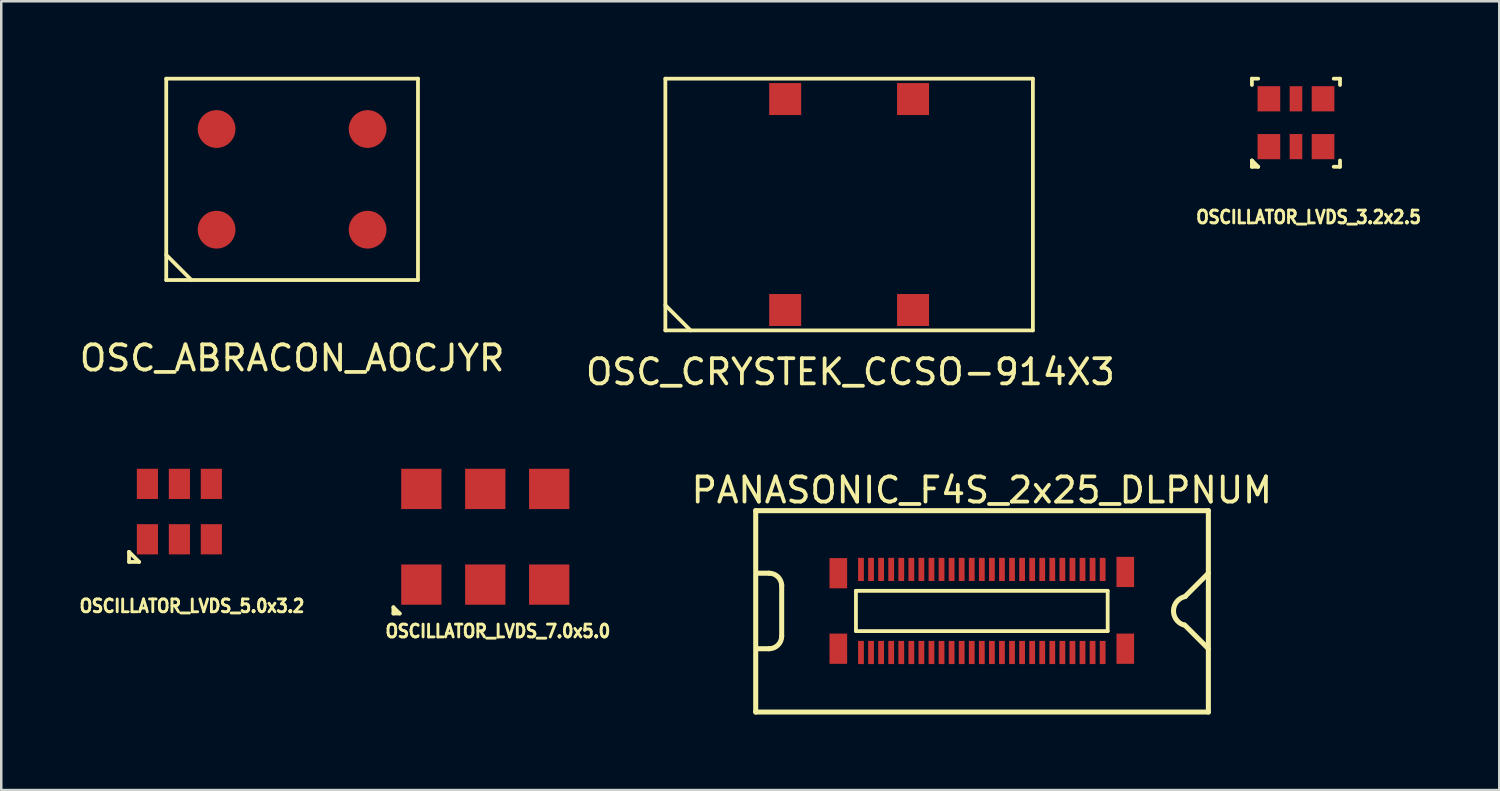
<source format=kicad_pcb>
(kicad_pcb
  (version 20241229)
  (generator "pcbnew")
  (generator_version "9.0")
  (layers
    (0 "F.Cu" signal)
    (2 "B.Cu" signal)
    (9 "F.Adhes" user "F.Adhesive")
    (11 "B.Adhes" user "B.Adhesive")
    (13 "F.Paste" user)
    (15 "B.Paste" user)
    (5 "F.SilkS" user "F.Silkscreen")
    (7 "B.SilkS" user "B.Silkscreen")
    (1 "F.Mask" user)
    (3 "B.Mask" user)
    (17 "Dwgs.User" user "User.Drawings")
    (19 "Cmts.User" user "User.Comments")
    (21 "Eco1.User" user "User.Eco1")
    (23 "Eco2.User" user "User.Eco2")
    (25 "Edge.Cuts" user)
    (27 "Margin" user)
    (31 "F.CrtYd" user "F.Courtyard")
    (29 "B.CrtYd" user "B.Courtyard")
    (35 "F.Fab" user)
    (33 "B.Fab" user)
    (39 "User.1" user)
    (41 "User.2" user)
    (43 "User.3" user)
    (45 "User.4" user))
  (footprint "OSCILLATOR_LVDS_7.0x5.0"
    (layer "F.Cu")
    (at 16.228 18.273)
    (property "Reference" "OSCILLATOR_LVDS_7.0x5.0" (at 0.5 3.75 0) (layer "F.SilkS") (effects (font (size 0.508 0.457) (thickness 0.114))))
    (attr through_hole)
    (fp_line (start -3.65 2.8) (end -3.4 3.05) (stroke (width 0.15) (type solid)) (layer "F.SilkS"))
    (fp_line (start -3.65 3.05) (end -3.65 2.8) (stroke (width 0.15) (type solid)) (layer "F.SilkS"))
    (fp_line (start -3.4 3.05) (end -3.65 3.05) (stroke (width 0.15) (type solid)) (layer "F.SilkS"))
    (pad "1" smd rect (at -2.54 1.9) (size 1.6 1.6) (layers "F.Cu" "F.Mask" "F.Paste"))
    (pad "2" smd rect (at 0 1.9) (size 1.6 1.6) (layers "F.Cu" "F.Mask" "F.Paste"))
    (pad "3" smd rect (at 2.54 1.9) (size 1.6 1.6) (layers "F.Cu" "F.Mask" "F.Paste"))
    (pad "4" smd rect (at 2.54 -1.9) (size 1.6 1.6) (layers "F.Cu" "F.Mask" "F.Paste"))
    (pad "5" smd rect (at 0 -1.9) (size 1.6 1.6) (layers "F.Cu" "F.Mask" "F.Paste"))
    (pad "6" smd rect (at -2.54 -1.9) (size 1.6 1.6) (layers "F.Cu" "F.Mask" "F.Paste")))
  (footprint "OSCILLATOR_LVDS_5.0x3.2"
    (layer "F.Cu")
    (at 4.076 17.273)
    (property "Reference" "OSCILLATOR_LVDS_5.0x3.2" (at 0.5 3.75 0) (layer "F.SilkS") (effects (font (size 0.508 0.457) (thickness 0.114))))
    (attr through_hole)
    (fp_line (start -2 1.6) (end -2 2) (stroke (width 0.15) (type solid)) (layer "F.SilkS"))
    (fp_line (start -2 2) (end -1.6 2) (stroke (width 0.15) (type solid)) (layer "F.SilkS"))
    (fp_line (start -1.6 2) (end -2 1.6) (stroke (width 0.15) (type solid)) (layer "F.SilkS"))
    (pad "1" smd rect (at -1.27 1.1) (size 0.84 1.2) (layers "F.Cu" "F.Mask" "F.Paste"))
    (pad "2" smd rect (at 0 1.1) (size 0.84 1.2) (layers "F.Cu" "F.Mask" "F.Paste"))
    (pad "3" smd rect (at 1.27 1.1) (size 0.84 1.2) (layers "F.Cu" "F.Mask" "F.Paste"))
    (pad "4" smd rect (at 1.27 -1.1) (size 0.84 1.2) (layers "F.Cu" "F.Mask" "F.Paste"))
    (pad "5" smd rect (at 0 -1.1) (size 0.84 1.2) (layers "F.Cu" "F.Mask" "F.Paste"))
    (pad "6" smd rect (at -1.27 -1.1) (size 0.84 1.2) (layers "F.Cu" "F.Mask" "F.Paste")))
  (footprint "OSC_CRYSTEK_CCSO-914X3"
    (layer "F.Cu")
    (at 30.682 5.075)
    (property "Reference" "OSC_CRYSTEK_CCSO-914X3" (at 0.05 6.65 0) (layer "F.SilkS") (effects (font (size 1 1) (thickness 0.15))))
    (attr through_hole)
    (fp_line (start -7.3 -5) (end 7.3 -5) (stroke (width 0.15) (type solid)) (layer "F.SilkS"))
    (fp_line (start -7.3 4) (end -6.3 5) (stroke (width 0.15) (type solid)) (layer "F.SilkS"))
    (fp_line (start -7.3 5) (end -7.3 -5) (stroke (width 0.15) (type solid)) (layer "F.SilkS"))
    (fp_line (start -7.3 5) (end 7.3 5) (stroke (width 0.15) (type solid)) (layer "F.SilkS"))
    (fp_line (start 7.3 5) (end 7.3 -5) (stroke (width 0.15) (type solid)) (layer "F.SilkS"))
    (pad "1" smd rect (at -2.54 4.19) (size 1.27 1.27) (layers "F.Cu" "F.Mask" "F.Paste"))
    (pad "2" smd rect (at 2.54 4.19) (size 1.27 1.27) (layers "F.Cu" "F.Mask" "F.Paste"))
    (pad "3" smd rect (at 2.54 -4.19) (size 1.27 1.27) (layers "F.Cu" "F.Mask" "F.Paste"))
    (pad "4" smd rect (at -2.54 -4.19) (size 1.27 1.27) (layers "F.Cu" "F.Mask" "F.Paste")))
  (footprint "PANASONIC_F4S_2x25_DLPNUM"
    (layer "F.Cu")
    (at 35.953 21.221)
    (property "Reference" "PANASONIC_F4S_2x25_DLPNUM" (at 0 -4.8 0) (layer "F.SilkS") (effects (font (size 1 1) (thickness 0.15))))
    (attr through_hole)
    (fp_line (start -8.982 -3.985) (end 9 -3.985) (stroke (width 0.2) (type solid)) (layer "F.SilkS"))
    (fp_line (start -8.982 4.015) (end -8.982 -3.985) (stroke (width 0.2) (type solid)) (layer "F.SilkS"))
    (fp_line (start -8.45 -1.5) (end -8.95 -1.5) (stroke (width 0.2) (type solid)) (layer "F.SilkS"))
    (fp_line (start -8.45 1.5) (end -8.95 1.5) (stroke (width 0.2) (type solid)) (layer "F.SilkS"))
    (fp_line (start -7.95 -1.05) (end -7.95 1) (stroke (width 0.2) (type solid)) (layer "F.SilkS"))
    (fp_line (start -5 -0.8) (end -5 0.8) (stroke (width 0.15) (type solid)) (layer "F.SilkS"))
    (fp_line (start -5 0.8) (end 5 0.8) (stroke (width 0.15) (type solid)) (layer "F.SilkS"))
    (fp_line (start 5 -0.8) (end -5 -0.8) (stroke (width 0.15) (type solid)) (layer "F.SilkS"))
    (fp_line (start 5 0.8) (end 5 -0.8) (stroke (width 0.15) (type solid)) (layer "F.SilkS"))
    (fp_line (start 8.05 0.55) (end 9 1.5) (stroke (width 0.2) (type solid)) (layer "F.SilkS"))
    (fp_line (start 9 -3.985) (end 9 4.015) (stroke (width 0.2) (type solid)) (layer "F.SilkS"))
    (fp_line (start 9 -1.5) (end 8.1 -0.6) (stroke (width 0.2) (type solid)) (layer "F.SilkS"))
    (fp_line (start 9 4.015) (end -8.982 4.015) (stroke (width 0.2) (type solid)) (layer "F.SilkS"))
    (fp_arc (start -8.45 -1.5) (mid -8.096447 -1.353553) (end -7.95 -1) (stroke (width 0.2) (type solid)) (layer "F.SilkS"))
    (fp_arc (start -7.95 1) (mid -8.096447 1.353553) (end -8.45 1.5) (stroke (width 0.2) (type solid)) (layer "F.SilkS"))
    (fp_arc (start 8 0.55) (mid 7.616441 -0.044253) (end 8.085226 -0.57387) (stroke (width 0.2) (type solid)) (layer "F.SilkS"))
    (pad "" smd rect (at -5.7 -1.5) (size 0.7 1.2) (layers "F.Cu" "F.Mask" "F.Paste"))
    (pad "" smd rect (at -5.7 1.5) (size 0.7 1.2) (layers "F.Cu" "F.Mask" "F.Paste"))
    (pad "" smd rect (at 5.7 -1.55) (size 0.7 1.2) (layers "F.Cu" "F.Mask" "F.Paste"))
    (pad "" smd rect (at 5.7 1.5) (size 0.7 1.2) (layers "F.Cu" "F.Mask" "F.Paste"))
    (pad "D1" smd rect (at -4.8 1.65) (size 0.23 0.92) (layers "F.Cu" "F.Mask" "F.Paste"))
    (pad "D2" smd rect (at -4.4 1.65) (size 0.23 0.92) (layers "F.Cu" "F.Mask" "F.Paste"))
    (pad "D3" smd rect (at -4 1.65) (size 0.23 0.92) (layers "F.Cu" "F.Mask" "F.Paste"))
    (pad "D4" smd rect (at -3.6 1.65) (size 0.23 0.92) (layers "F.Cu" "F.Mask" "F.Paste"))
    (pad "D5" smd rect (at -3.2 1.65) (size 0.23 0.92) (layers "F.Cu" "F.Mask" "F.Paste"))
    (pad "D6" smd rect (at -2.8 1.65) (size 0.23 0.92) (layers "F.Cu" "F.Mask" "F.Paste"))
    (pad "D7" smd rect (at -2.4 1.65) (size 0.23 0.92) (layers "F.Cu" "F.Mask" "F.Paste"))
    (pad "D8" smd rect (at -2 1.65) (size 0.23 0.92) (layers "F.Cu" "F.Mask" "F.Paste"))
    (pad "D9" smd rect (at -1.6 1.65) (size 0.23 0.92) (layers "F.Cu" "F.Mask" "F.Paste"))
    (pad "D10" smd rect (at -1.2 1.65) (size 0.23 0.92) (layers "F.Cu" "F.Mask" "F.Paste"))
    (pad "D11" smd rect (at -0.8 1.65) (size 0.23 0.92) (layers "F.Cu" "F.Mask" "F.Paste"))
    (pad "D12" smd rect (at -0.4 1.65) (size 0.23 0.92) (layers "F.Cu" "F.Mask" "F.Paste"))
    (pad "D13" smd rect (at 0 1.65) (size 0.23 0.92) (layers "F.Cu" "F.Mask" "F.Paste"))
    (pad "D14" smd rect (at 0.4 1.65) (size 0.23 0.92) (layers "F.Cu" "F.Mask" "F.Paste"))
    (pad "D15" smd rect (at 0.8 1.65) (size 0.23 0.92) (layers "F.Cu" "F.Mask" "F.Paste"))
    (pad "D16" smd rect (at 1.2 1.65) (size 0.23 0.92) (layers "F.Cu" "F.Mask" "F.Paste"))
    (pad "D17" smd rect (at 1.6 1.65) (size 0.23 0.92) (layers "F.Cu" "F.Mask" "F.Paste"))
    (pad "D18" smd rect (at 2 1.65) (size 0.23 0.92) (layers "F.Cu" "F.Mask" "F.Paste"))
    (pad "D19" smd rect (at 2.4 1.65) (size 0.23 0.92) (layers "F.Cu" "F.Mask" "F.Paste"))
    (pad "D20" smd rect (at 2.8 1.65) (size 0.23 0.92) (layers "F.Cu" "F.Mask" "F.Paste"))
    (pad "D21" smd rect (at 3.2 1.65) (size 0.23 0.92) (layers "F.Cu" "F.Mask" "F.Paste"))
    (pad "D22" smd rect (at 3.6 1.65) (size 0.23 0.92) (layers "F.Cu" "F.Mask" "F.Paste"))
    (pad "D23" smd rect (at 4 1.65) (size 0.23 0.92) (layers "F.Cu" "F.Mask" "F.Paste"))
    (pad "D24" smd rect (at 4.4 1.65) (size 0.23 0.92) (layers "F.Cu" "F.Mask" "F.Paste"))
    (pad "D25" smd rect (at 4.8 1.65) (size 0.23 0.92) (layers "F.Cu" "F.Mask" "F.Paste"))
    (pad "E1" smd rect (at -4.8 -1.65) (size 0.23 0.92) (layers "F.Cu" "F.Mask" "F.Paste"))
    (pad "E2" smd rect (at -4.4 -1.65) (size 0.23 0.92) (layers "F.Cu" "F.Mask" "F.Paste"))
    (pad "E3" smd rect (at -4 -1.65) (size 0.23 0.92) (layers "F.Cu" "F.Mask" "F.Paste"))
    (pad "E4" smd rect (at -3.6 -1.65) (size 0.23 0.92) (layers "F.Cu" "F.Mask" "F.Paste"))
    (pad "E5" smd rect (at -3.2 -1.65) (size 0.23 0.92) (layers "F.Cu" "F.Mask" "F.Paste"))
    (pad "E6" smd rect (at -2.8 -1.65) (size 0.23 0.92) (layers "F.Cu" "F.Mask" "F.Paste"))
    (pad "E7" smd rect (at -2.4 -1.65) (size 0.23 0.92) (layers "F.Cu" "F.Mask" "F.Paste"))
    (pad "E8" smd rect (at -2 -1.65) (size 0.23 0.92) (layers "F.Cu" "F.Mask" "F.Paste"))
    (pad "E9" smd rect (at -1.6 -1.65) (size 0.23 0.92) (layers "F.Cu" "F.Mask" "F.Paste"))
    (pad "E10" smd rect (at -1.2 -1.65) (size 0.23 0.92) (layers "F.Cu" "F.Mask" "F.Paste"))
    (pad "E11" smd rect (at -0.8 -1.65) (size 0.23 0.92) (layers "F.Cu" "F.Mask" "F.Paste"))
    (pad "E12" smd rect (at -0.4 -1.65) (size 0.23 0.92) (layers "F.Cu" "F.Mask" "F.Paste"))
    (pad "E13" smd rect (at 0 -1.65) (size 0.23 0.92) (layers "F.Cu" "F.Mask" "F.Paste"))
    (pad "E14" smd rect (at 0.4 -1.65) (size 0.23 0.92) (layers "F.Cu" "F.Mask" "F.Paste"))
    (pad "E15" smd rect (at 0.8 -1.65) (size 0.23 0.92) (layers "F.Cu" "F.Mask" "F.Paste"))
    (pad "E16" smd rect (at 1.2 -1.65) (size 0.23 0.92) (layers "F.Cu" "F.Mask" "F.Paste"))
    (pad "E17" smd rect (at 1.6 -1.65) (size 0.23 0.92) (layers "F.Cu" "F.Mask" "F.Paste"))
    (pad "E18" smd rect (at 2 -1.65) (size 0.23 0.92) (layers "F.Cu" "F.Mask" "F.Paste"))
    (pad "E19" smd rect (at 2.4 -1.65) (size 0.23 0.92) (layers "F.Cu" "F.Mask" "F.Paste"))
    (pad "E20" smd rect (at 2.8 -1.65) (size 0.23 0.92) (layers "F.Cu" "F.Mask" "F.Paste"))
    (pad "E21" smd rect (at 3.2 -1.65) (size 0.23 0.92) (layers "F.Cu" "F.Mask" "F.Paste"))
    (pad "E22" smd rect (at 3.6 -1.65) (size 0.23 0.92) (layers "F.Cu" "F.Mask" "F.Paste"))
    (pad "E23" smd rect (at 4 -1.65) (size 0.23 0.92) (layers "F.Cu" "F.Mask" "F.Paste"))
    (pad "E24" smd rect (at 4.4 -1.65) (size 0.23 0.92) (layers "F.Cu" "F.Mask" "F.Paste"))
    (pad "E25" smd rect (at 4.8 -1.65) (size 0.23 0.92) (layers "F.Cu" "F.Mask" "F.Paste")))
  (footprint "OSCILLATOR_LVDS_3.2x2.5"
    (layer "F.Cu")
    (at 48.433 1.825)
    (property "Reference" "OSCILLATOR_LVDS_3.2x2.5" (at 0.5 3.75 0) (layer "F.SilkS") (effects (font (size 0.508 0.457) (thickness 0.114))))
    (attr through_hole)
    (fp_line (start -1.75 -1.75) (end -1.75 -1.5) (stroke (width 0.15) (type solid)) (layer "F.SilkS"))
    (fp_line (start -1.75 1.5) (end -1.5 1.75) (stroke (width 0.15) (type solid)) (layer "F.SilkS"))
    (fp_line (start -1.75 1.75) (end -1.75 1.5) (stroke (width 0.15) (type solid)) (layer "F.SilkS"))
    (fp_line (start -1.5 -1.75) (end -1.75 -1.75) (stroke (width 0.15) (type solid)) (layer "F.SilkS"))
    (fp_line (start -1.5 1.75) (end -1.75 1.75) (stroke (width 0.15) (type solid)) (layer "F.SilkS"))
    (fp_line (start 1.5 -1.75) (end 1.75 -1.75) (stroke (width 0.15) (type solid)) (layer "F.SilkS"))
    (fp_line (start 1.75 -1.75) (end 1.75 -1.5) (stroke (width 0.15) (type solid)) (layer "F.SilkS"))
    (fp_line (start 1.75 1.5) (end 1.75 1.75) (stroke (width 0.15) (type solid)) (layer "F.SilkS"))
    (fp_line (start 1.75 1.75) (end 1.5 1.75) (stroke (width 0.15) (type solid)) (layer "F.SilkS"))
    (pad "1" smd rect (at -1.075 0.95) (size 0.9 1) (layers "F.Cu" "F.Mask" "F.Paste"))
    (pad "2" smd rect (at 0 0.95) (size 0.5 1) (layers "F.Cu" "F.Mask" "F.Paste"))
    (pad "3" smd rect (at 1.075 0.95) (size 0.9 1) (layers "F.Cu" "F.Mask" "F.Paste"))
    (pad "4" smd rect (at 1.075 -0.95) (size 0.9 1) (layers "F.Cu" "F.Mask" "F.Paste"))
    (pad "5" smd rect (at 0 -0.95) (size 0.5 1) (layers "F.Cu" "F.Mask" "F.Paste"))
    (pad "6" smd rect (at -1.075 -0.95) (size 0.9 1) (layers "F.Cu" "F.Mask" "F.Paste")))
  (footprint "OSC_ABRACON_AOCJYR"
    (layer "F.Cu")
    (at 8.554 4.075)
    (property "Reference" "OSC_ABRACON_AOCJYR" (at 0 7.1 0) (layer "F.SilkS") (effects (font (size 1 1) (thickness 0.15))))
    (attr through_hole)
    (fp_line (start -5 -4) (end -5 4) (stroke (width 0.15) (type solid)) (layer "F.SilkS"))
    (fp_line (start -5 3) (end -4 4) (stroke (width 0.15) (type solid)) (layer "F.SilkS"))
    (fp_line (start -5 4) (end 5 4) (stroke (width 0.15) (type solid)) (layer "F.SilkS"))
    (fp_line (start 5 -4) (end -5 -4) (stroke (width 0.15) (type solid)) (layer "F.SilkS"))
    (fp_line (start 5 4) (end 5 -4) (stroke (width 0.15) (type solid)) (layer "F.SilkS"))
    (pad "1" smd circle (at -3 2) (size 1.5 1.5) (layers "F.Cu" "F.Mask" "F.Paste"))
    (pad "2" smd circle (at 3 2) (size 1.5 1.5) (layers "F.Cu" "F.Mask" "F.Paste"))
    (pad "3" smd circle (at 3 -2) (size 1.5 1.5) (layers "F.Cu" "F.Mask" "F.Paste"))
    (pad "4" smd circle (at -3 -2) (size 1.5 1.5) (layers "F.Cu" "F.Mask" "F.Paste")))
  (gr_rect
    (start -3 -3)
    (end 56.509 28.336)
    (stroke (width 0.1) (type default))
    (fill no)
    (layer "Edge.Cuts")))
</source>
